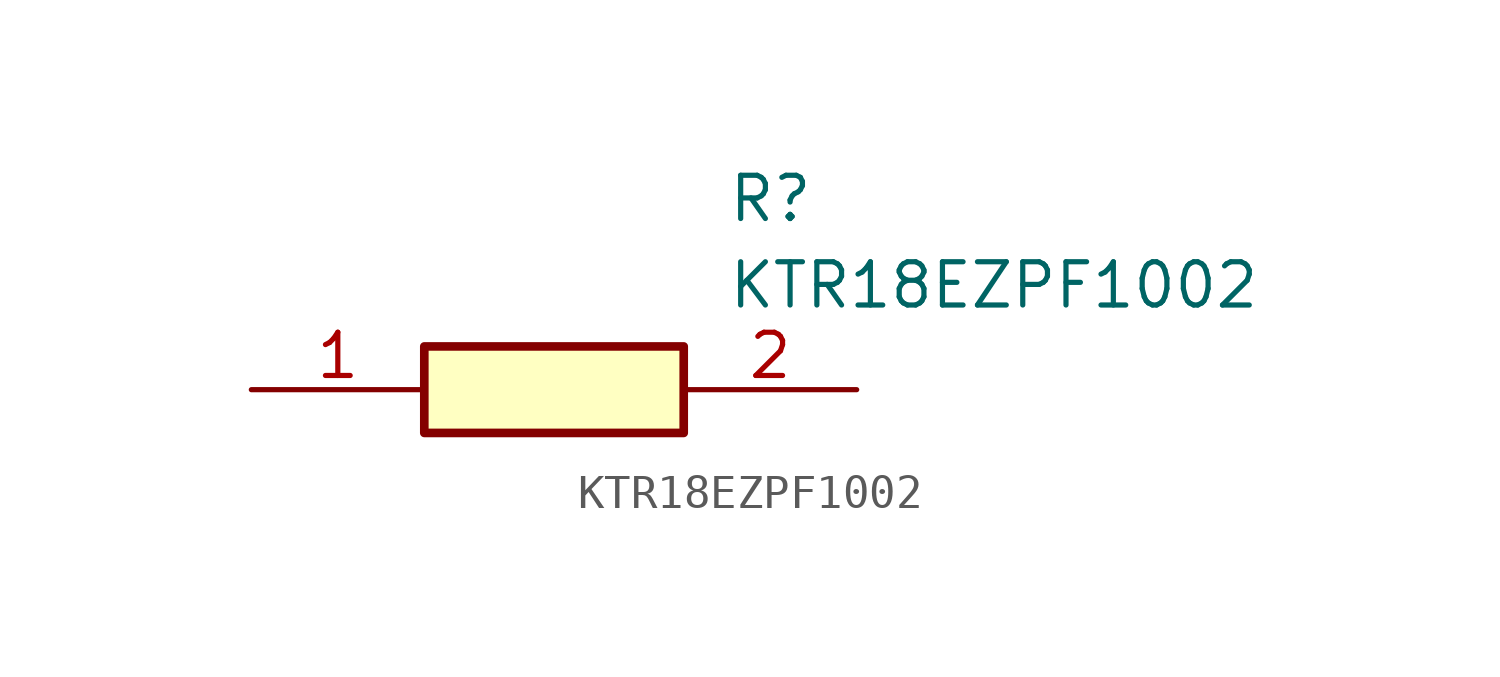
<source format=kicad_sym>
(kicad_symbol_lib
  (version 20211014)
  (generator SamacSys_ECAD_Model)
  (symbol "KTR18EZPF1002"
    (pin_names hide)
    (property "Reference" "R"
      (at 13.97 6.35 0)
      (effects (font (size 1.27 1.27)) (justify left top)))
    (property "Value" "KTR18EZPF1002"
      (at 13.97 3.81 0)
      (effects (font (size 1.27 1.27)) (justify left top)))
    (rectangle
      (start 5.08 1.27)
      (end 12.7 -1.27)
      (stroke (width 0.254) (type default))
      (fill (type background)))
    (pin passive line
      (at 0 0 0)
      (length 5.08)
      (name "1" (effects (font (size 1.27 1.27))))
      (number "1" (effects (font (size 1.27 1.27)))))
    (pin passive line
      (at 17.78 0 180)
      (length 5.08)
      (name "2" (effects (font (size 1.27 1.27))))
      (number "2" (effects (font (size 1.27 1.27)))))))
</source>
